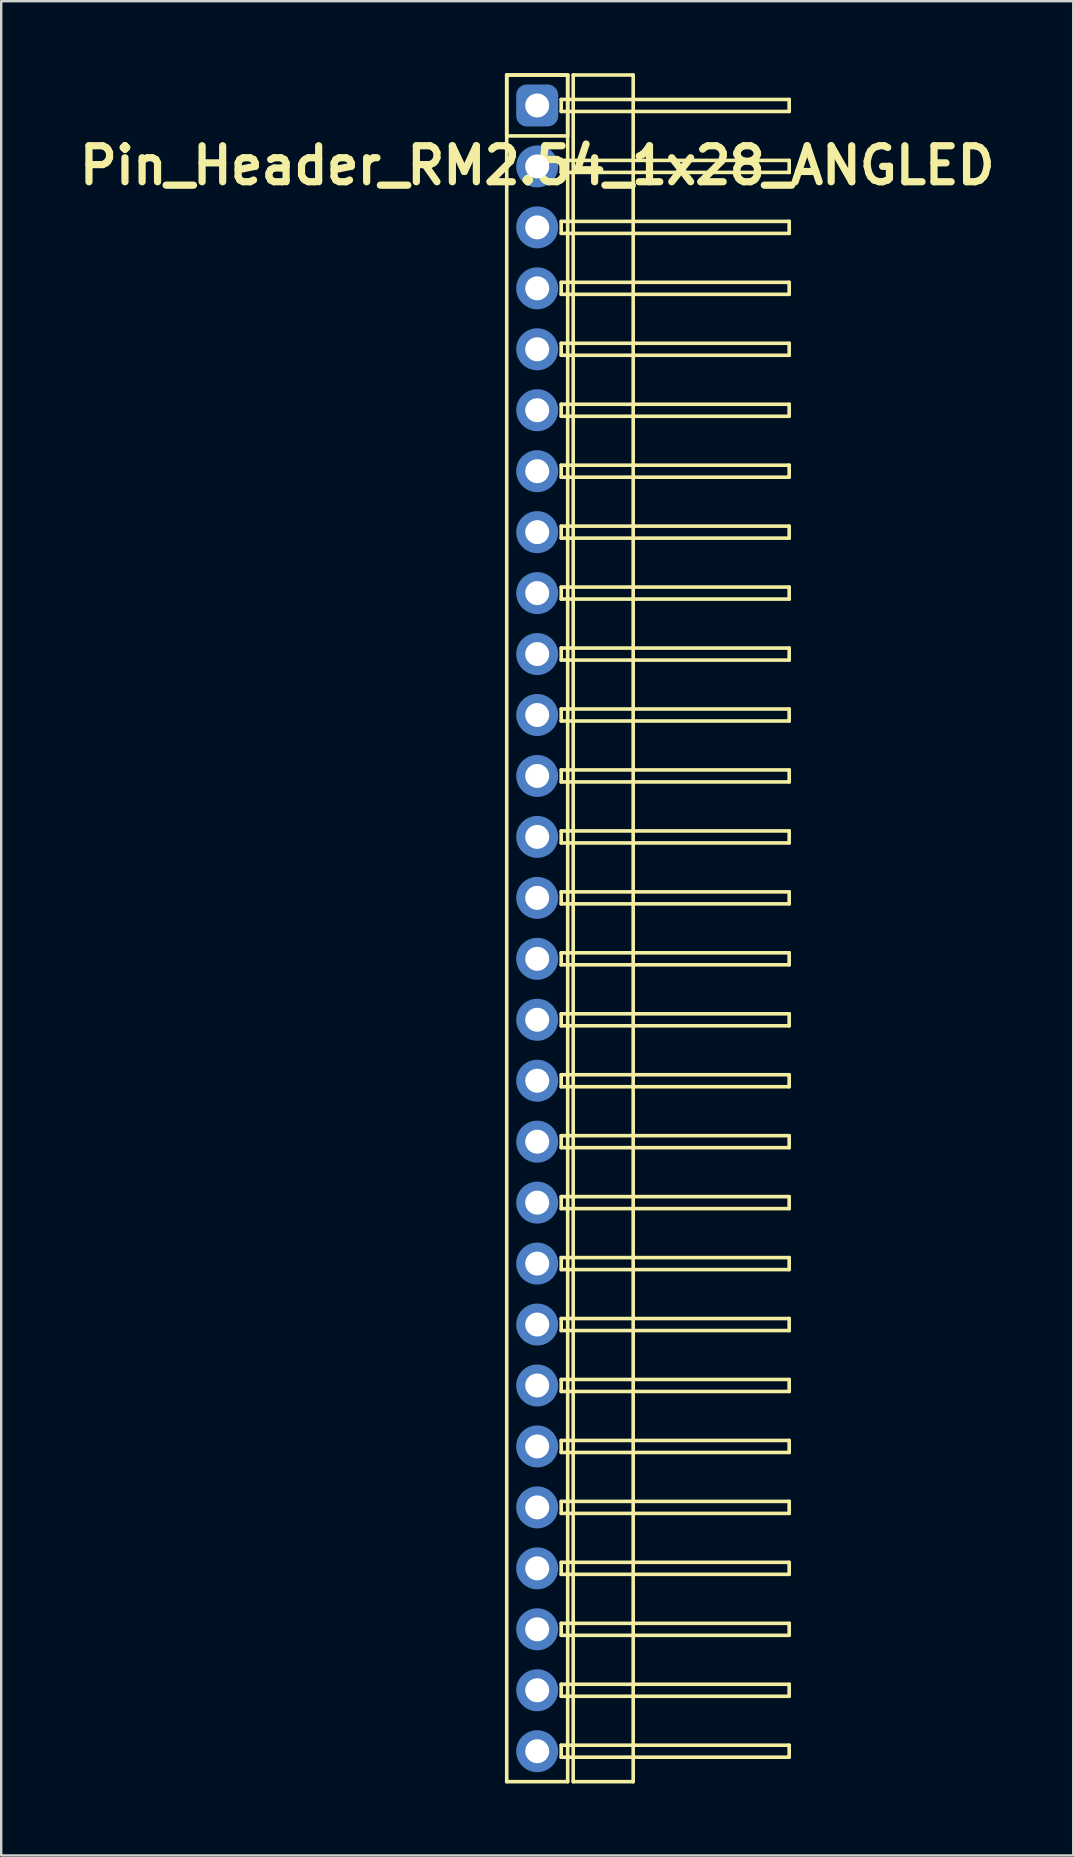
<source format=kicad_pcb>
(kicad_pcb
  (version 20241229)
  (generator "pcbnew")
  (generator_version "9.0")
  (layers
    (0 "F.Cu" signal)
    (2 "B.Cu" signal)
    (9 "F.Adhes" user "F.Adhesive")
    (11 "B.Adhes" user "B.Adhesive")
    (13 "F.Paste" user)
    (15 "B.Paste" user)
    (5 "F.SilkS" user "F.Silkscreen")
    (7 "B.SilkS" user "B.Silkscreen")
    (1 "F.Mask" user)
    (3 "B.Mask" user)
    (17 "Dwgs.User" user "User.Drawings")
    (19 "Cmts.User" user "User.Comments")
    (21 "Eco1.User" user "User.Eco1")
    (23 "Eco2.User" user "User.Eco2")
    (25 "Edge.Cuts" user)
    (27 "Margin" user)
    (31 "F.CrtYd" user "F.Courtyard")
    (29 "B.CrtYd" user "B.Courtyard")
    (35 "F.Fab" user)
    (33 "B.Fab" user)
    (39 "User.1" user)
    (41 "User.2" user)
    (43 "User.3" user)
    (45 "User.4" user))
  (footprint "Pin_Header_RM2.54_1x28_ANGLED"
    (layer "F.Cu")
    (at 19.336 1.345)
    (property "Reference" "Pin_Header_RM2.54_1x28_ANGLED" (at 0 2.5 0) (layer "F.SilkS") (effects (font (size 1.5 1.5) (thickness 0.3))))
    (attr through_hole)
    (fp_line (start -1.27 -1.27) (end 1.27 -1.27) (stroke (width 0.15) (type solid)) (layer "F.SilkS"))
    (fp_line (start -1.27 -1.27) (end 1.27 -1.27) (stroke (width 0.15) (type solid)) (layer "F.SilkS"))
    (fp_line (start -1.27 1.27) (end -1.27 -1.27) (stroke (width 0.15) (type solid)) (layer "F.SilkS"))
    (fp_line (start -1.27 69.85) (end -1.27 -1.27) (stroke (width 0.15) (type solid)) (layer "F.SilkS"))
    (fp_line (start 1 -0.25) (end 10.5 -0.25) (stroke (width 0.15) (type solid)) (layer "F.SilkS"))
    (fp_line (start 1 0.25) (end 1 -0.25) (stroke (width 0.15) (type solid)) (layer "F.SilkS"))
    (fp_line (start 1 2.29) (end 10.5 2.29) (stroke (width 0.15) (type solid)) (layer "F.SilkS"))
    (fp_line (start 1 2.79) (end 1 2.29) (stroke (width 0.15) (type solid)) (layer "F.SilkS"))
    (fp_line (start 1 4.83) (end 10.5 4.83) (stroke (width 0.15) (type solid)) (layer "F.SilkS"))
    (fp_line (start 1 5.33) (end 1 4.83) (stroke (width 0.15) (type solid)) (layer "F.SilkS"))
    (fp_line (start 1 7.37) (end 10.5 7.37) (stroke (width 0.15) (type solid)) (layer "F.SilkS"))
    (fp_line (start 1 7.87) (end 1 7.37) (stroke (width 0.15) (type solid)) (layer "F.SilkS"))
    (fp_line (start 1 9.91) (end 10.5 9.91) (stroke (width 0.15) (type solid)) (layer "F.SilkS"))
    (fp_line (start 1 10.41) (end 1 9.91) (stroke (width 0.15) (type solid)) (layer "F.SilkS"))
    (fp_line (start 1 12.45) (end 10.5 12.45) (stroke (width 0.15) (type solid)) (layer "F.SilkS"))
    (fp_line (start 1 12.95) (end 1 12.45) (stroke (width 0.15) (type solid)) (layer "F.SilkS"))
    (fp_line (start 1 14.99) (end 10.5 14.99) (stroke (width 0.15) (type solid)) (layer "F.SilkS"))
    (fp_line (start 1 15.49) (end 1 14.99) (stroke (width 0.15) (type solid)) (layer "F.SilkS"))
    (fp_line (start 1 17.53) (end 10.5 17.53) (stroke (width 0.15) (type solid)) (layer "F.SilkS"))
    (fp_line (start 1 18.03) (end 1 17.53) (stroke (width 0.15) (type solid)) (layer "F.SilkS"))
    (fp_line (start 1 20.07) (end 10.5 20.07) (stroke (width 0.15) (type solid)) (layer "F.SilkS"))
    (fp_line (start 1 20.57) (end 1 20.07) (stroke (width 0.15) (type solid)) (layer "F.SilkS"))
    (fp_line (start 1 22.61) (end 10.5 22.61) (stroke (width 0.15) (type solid)) (layer "F.SilkS"))
    (fp_line (start 1 23.11) (end 1 22.61) (stroke (width 0.15) (type solid)) (layer "F.SilkS"))
    (fp_line (start 1 25.15) (end 10.5 25.15) (stroke (width 0.15) (type solid)) (layer "F.SilkS"))
    (fp_line (start 1 25.65) (end 1 25.15) (stroke (width 0.15) (type solid)) (layer "F.SilkS"))
    (fp_line (start 1 27.69) (end 10.5 27.69) (stroke (width 0.15) (type solid)) (layer "F.SilkS"))
    (fp_line (start 1 28.19) (end 1 27.69) (stroke (width 0.15) (type solid)) (layer "F.SilkS"))
    (fp_line (start 1 30.23) (end 10.5 30.23) (stroke (width 0.15) (type solid)) (layer "F.SilkS"))
    (fp_line (start 1 30.73) (end 1 30.23) (stroke (width 0.15) (type solid)) (layer "F.SilkS"))
    (fp_line (start 1 32.77) (end 10.5 32.77) (stroke (width 0.15) (type solid)) (layer "F.SilkS"))
    (fp_line (start 1 33.27) (end 1 32.77) (stroke (width 0.15) (type solid)) (layer "F.SilkS"))
    (fp_line (start 1 35.31) (end 10.5 35.31) (stroke (width 0.15) (type solid)) (layer "F.SilkS"))
    (fp_line (start 1 35.81) (end 1 35.31) (stroke (width 0.15) (type solid)) (layer "F.SilkS"))
    (fp_line (start 1 37.85) (end 10.5 37.85) (stroke (width 0.15) (type solid)) (layer "F.SilkS"))
    (fp_line (start 1 38.35) (end 1 37.85) (stroke (width 0.15) (type solid)) (layer "F.SilkS"))
    (fp_line (start 1 40.39) (end 10.5 40.39) (stroke (width 0.15) (type solid)) (layer "F.SilkS"))
    (fp_line (start 1 40.89) (end 1 40.39) (stroke (width 0.15) (type solid)) (layer "F.SilkS"))
    (fp_line (start 1 42.93) (end 10.5 42.93) (stroke (width 0.15) (type solid)) (layer "F.SilkS"))
    (fp_line (start 1 43.43) (end 1 42.93) (stroke (width 0.15) (type solid)) (layer "F.SilkS"))
    (fp_line (start 1 45.47) (end 10.5 45.47) (stroke (width 0.15) (type solid)) (layer "F.SilkS"))
    (fp_line (start 1 45.97) (end 1 45.47) (stroke (width 0.15) (type solid)) (layer "F.SilkS"))
    (fp_line (start 1 48.01) (end 10.5 48.01) (stroke (width 0.15) (type solid)) (layer "F.SilkS"))
    (fp_line (start 1 48.51) (end 1 48.01) (stroke (width 0.15) (type solid)) (layer "F.SilkS"))
    (fp_line (start 1 50.55) (end 10.5 50.55) (stroke (width 0.15) (type solid)) (layer "F.SilkS"))
    (fp_line (start 1 51.05) (end 1 50.55) (stroke (width 0.15) (type solid)) (layer "F.SilkS"))
    (fp_line (start 1 53.09) (end 10.5 53.09) (stroke (width 0.15) (type solid)) (layer "F.SilkS"))
    (fp_line (start 1 53.59) (end 1 53.09) (stroke (width 0.15) (type solid)) (layer "F.SilkS"))
    (fp_line (start 1 55.63) (end 10.5 55.63) (stroke (width 0.15) (type solid)) (layer "F.SilkS"))
    (fp_line (start 1 56.13) (end 1 55.63) (stroke (width 0.15) (type solid)) (layer "F.SilkS"))
    (fp_line (start 1 58.17) (end 10.5 58.17) (stroke (width 0.15) (type solid)) (layer "F.SilkS"))
    (fp_line (start 1 58.67) (end 1 58.17) (stroke (width 0.15) (type solid)) (layer "F.SilkS"))
    (fp_line (start 1 60.71) (end 10.5 60.71) (stroke (width 0.15) (type solid)) (layer "F.SilkS"))
    (fp_line (start 1 61.21) (end 1 60.71) (stroke (width 0.15) (type solid)) (layer "F.SilkS"))
    (fp_line (start 1 63.25) (end 10.5 63.25) (stroke (width 0.15) (type solid)) (layer "F.SilkS"))
    (fp_line (start 1 63.75) (end 1 63.25) (stroke (width 0.15) (type solid)) (layer "F.SilkS"))
    (fp_line (start 1 65.79) (end 10.5 65.79) (stroke (width 0.15) (type solid)) (layer "F.SilkS"))
    (fp_line (start 1 66.29) (end 1 65.79) (stroke (width 0.15) (type solid)) (layer "F.SilkS"))
    (fp_line (start 1 68.33) (end 10.5 68.33) (stroke (width 0.15) (type solid)) (layer "F.SilkS"))
    (fp_line (start 1 68.83) (end 1 68.33) (stroke (width 0.15) (type solid)) (layer "F.SilkS"))
    (fp_line (start 1.27 -1.27) (end 1.27 1.27) (stroke (width 0.15) (type solid)) (layer "F.SilkS"))
    (fp_line (start 1.27 -1.27) (end 1.27 69.85) (stroke (width 0.15) (type solid)) (layer "F.SilkS"))
    (fp_line (start 1.27 1.27) (end -1.27 1.27) (stroke (width 0.15) (type solid)) (layer "F.SilkS"))
    (fp_line (start 1.27 69.85) (end -1.27 69.85) (stroke (width 0.15) (type solid)) (layer "F.SilkS"))
    (fp_line (start 1.5 -1.27) (end 4 -1.27) (stroke (width 0.15) (type solid)) (layer "F.SilkS"))
    (fp_line (start 1.5 69.85) (end 1.5 -1.27) (stroke (width 0.15) (type solid)) (layer "F.SilkS"))
    (fp_line (start 4 -1.27) (end 4 69.85) (stroke (width 0.15) (type solid)) (layer "F.SilkS"))
    (fp_line (start 4 69.85) (end 1.5 69.85) (stroke (width 0.15) (type solid)) (layer "F.SilkS"))
    (fp_line (start 10.5 -0.25) (end 10.5 0.25) (stroke (width 0.15) (type solid)) (layer "F.SilkS"))
    (fp_line (start 10.5 0.25) (end 1 0.25) (stroke (width 0.15) (type solid)) (layer "F.SilkS"))
    (fp_line (start 10.5 2.29) (end 10.5 2.79) (stroke (width 0.15) (type solid)) (layer "F.SilkS"))
    (fp_line (start 10.5 2.79) (end 1 2.79) (stroke (width 0.15) (type solid)) (layer "F.SilkS"))
    (fp_line (start 10.5 4.83) (end 10.5 5.33) (stroke (width 0.15) (type solid)) (layer "F.SilkS"))
    (fp_line (start 10.5 5.33) (end 1 5.33) (stroke (width 0.15) (type solid)) (layer "F.SilkS"))
    (fp_line (start 10.5 7.37) (end 10.5 7.87) (stroke (width 0.15) (type solid)) (layer "F.SilkS"))
    (fp_line (start 10.5 7.87) (end 1 7.87) (stroke (width 0.15) (type solid)) (layer "F.SilkS"))
    (fp_line (start 10.5 9.91) (end 10.5 10.41) (stroke (width 0.15) (type solid)) (layer "F.SilkS"))
    (fp_line (start 10.5 10.41) (end 1 10.41) (stroke (width 0.15) (type solid)) (layer "F.SilkS"))
    (fp_line (start 10.5 12.45) (end 10.5 12.95) (stroke (width 0.15) (type solid)) (layer "F.SilkS"))
    (fp_line (start 10.5 12.95) (end 1 12.95) (stroke (width 0.15) (type solid)) (layer "F.SilkS"))
    (fp_line (start 10.5 14.99) (end 10.5 15.49) (stroke (width 0.15) (type solid)) (layer "F.SilkS"))
    (fp_line (start 10.5 15.49) (end 1 15.49) (stroke (width 0.15) (type solid)) (layer "F.SilkS"))
    (fp_line (start 10.5 17.53) (end 10.5 18.03) (stroke (width 0.15) (type solid)) (layer "F.SilkS"))
    (fp_line (start 10.5 18.03) (end 1 18.03) (stroke (width 0.15) (type solid)) (layer "F.SilkS"))
    (fp_line (start 10.5 20.07) (end 10.5 20.57) (stroke (width 0.15) (type solid)) (layer "F.SilkS"))
    (fp_line (start 10.5 20.57) (end 1 20.57) (stroke (width 0.15) (type solid)) (layer "F.SilkS"))
    (fp_line (start 10.5 22.61) (end 10.5 23.11) (stroke (width 0.15) (type solid)) (layer "F.SilkS"))
    (fp_line (start 10.5 23.11) (end 1 23.11) (stroke (width 0.15) (type solid)) (layer "F.SilkS"))
    (fp_line (start 10.5 25.15) (end 10.5 25.65) (stroke (width 0.15) (type solid)) (layer "F.SilkS"))
    (fp_line (start 10.5 25.65) (end 1 25.65) (stroke (width 0.15) (type solid)) (layer "F.SilkS"))
    (fp_line (start 10.5 27.69) (end 10.5 28.19) (stroke (width 0.15) (type solid)) (layer "F.SilkS"))
    (fp_line (start 10.5 28.19) (end 1 28.19) (stroke (width 0.15) (type solid)) (layer "F.SilkS"))
    (fp_line (start 10.5 30.23) (end 10.5 30.73) (stroke (width 0.15) (type solid)) (layer "F.SilkS"))
    (fp_line (start 10.5 30.73) (end 1 30.73) (stroke (width 0.15) (type solid)) (layer "F.SilkS"))
    (fp_line (start 10.5 32.77) (end 10.5 33.27) (stroke (width 0.15) (type solid)) (layer "F.SilkS"))
    (fp_line (start 10.5 33.27) (end 1 33.27) (stroke (width 0.15) (type solid)) (layer "F.SilkS"))
    (fp_line (start 10.5 35.31) (end 10.5 35.81) (stroke (width 0.15) (type solid)) (layer "F.SilkS"))
    (fp_line (start 10.5 35.81) (end 1 35.81) (stroke (width 0.15) (type solid)) (layer "F.SilkS"))
    (fp_line (start 10.5 37.85) (end 10.5 38.35) (stroke (width 0.15) (type solid)) (layer "F.SilkS"))
    (fp_line (start 10.5 38.35) (end 1 38.35) (stroke (width 0.15) (type solid)) (layer "F.SilkS"))
    (fp_line (start 10.5 40.39) (end 10.5 40.89) (stroke (width 0.15) (type solid)) (layer "F.SilkS"))
    (fp_line (start 10.5 40.89) (end 1 40.89) (stroke (width 0.15) (type solid)) (layer "F.SilkS"))
    (fp_line (start 10.5 42.93) (end 10.5 43.43) (stroke (width 0.15) (type solid)) (layer "F.SilkS"))
    (fp_line (start 10.5 43.43) (end 1 43.43) (stroke (width 0.15) (type solid)) (layer "F.SilkS"))
    (fp_line (start 10.5 45.47) (end 10.5 45.97) (stroke (width 0.15) (type solid)) (layer "F.SilkS"))
    (fp_line (start 10.5 45.97) (end 1 45.97) (stroke (width 0.15) (type solid)) (layer "F.SilkS"))
    (fp_line (start 10.5 48.01) (end 10.5 48.51) (stroke (width 0.15) (type solid)) (layer "F.SilkS"))
    (fp_line (start 10.5 48.51) (end 1 48.51) (stroke (width 0.15) (type solid)) (layer "F.SilkS"))
    (fp_line (start 10.5 50.55) (end 10.5 51.05) (stroke (width 0.15) (type solid)) (layer "F.SilkS"))
    (fp_line (start 10.5 51.05) (end 1 51.05) (stroke (width 0.15) (type solid)) (layer "F.SilkS"))
    (fp_line (start 10.5 53.09) (end 10.5 53.59) (stroke (width 0.15) (type solid)) (layer "F.SilkS"))
    (fp_line (start 10.5 53.59) (end 1 53.59) (stroke (width 0.15) (type solid)) (layer "F.SilkS"))
    (fp_line (start 10.5 55.63) (end 10.5 56.13) (stroke (width 0.15) (type solid)) (layer "F.SilkS"))
    (fp_line (start 10.5 56.13) (end 1 56.13) (stroke (width 0.15) (type solid)) (layer "F.SilkS"))
    (fp_line (start 10.5 58.17) (end 10.5 58.67) (stroke (width 0.15) (type solid)) (layer "F.SilkS"))
    (fp_line (start 10.5 58.67) (end 1 58.67) (stroke (width 0.15) (type solid)) (layer "F.SilkS"))
    (fp_line (start 10.5 60.71) (end 10.5 61.21) (stroke (width 0.15) (type solid)) (layer "F.SilkS"))
    (fp_line (start 10.5 61.21) (end 1 61.21) (stroke (width 0.15) (type solid)) (layer "F.SilkS"))
    (fp_line (start 10.5 63.25) (end 10.5 63.75) (stroke (width 0.15) (type solid)) (layer "F.SilkS"))
    (fp_line (start 10.5 63.75) (end 1 63.75) (stroke (width 0.15) (type solid)) (layer "F.SilkS"))
    (fp_line (start 10.5 65.79) (end 10.5 66.29) (stroke (width 0.15) (type solid)) (layer "F.SilkS"))
    (fp_line (start 10.5 66.29) (end 1 66.29) (stroke (width 0.15) (type solid)) (layer "F.SilkS"))
    (fp_line (start 10.5 68.33) (end 10.5 68.83) (stroke (width 0.15) (type solid)) (layer "F.SilkS"))
    (fp_line (start 10.5 68.83) (end 1 68.83) (stroke (width 0.15) (type solid)) (layer "F.SilkS"))
    (pad "1" thru_hole circle (at 0 0) (size 1.3 1.3) (drill 1) (layers "*.Cu" "*.Mask"))
    (pad "1" smd roundrect (at 0 0) (size 1.5 1.5) (layers "F.Cu" "F.Mask") (roundrect_rratio 0.25))
    (pad "1" smd roundrect (at 0 0) (size 1.75 1.75) (layers "B.Cu" "B.Mask") (roundrect_rratio 0.25))
    (pad "2" thru_hole circle (at 0 2.54) (size 1.3 1.3) (drill 1) (layers "*.Cu" "*.Mask"))
    (pad "2" smd circle (at 0 2.54) (size 1.5 1.5) (layers "F.Cu" "F.Mask"))
    (pad "2" smd circle (at 0 2.54) (size 1.75 1.75) (layers "B.Cu" "B.Mask"))
    (pad "3" thru_hole circle (at 0 5.08) (size 1.3 1.3) (drill 1) (layers "*.Cu" "*.Mask"))
    (pad "3" smd circle (at 0 5.08) (size 1.5 1.5) (layers "F.Cu" "F.Mask"))
    (pad "3" smd circle (at 0 5.08) (size 1.75 1.75) (layers "B.Cu" "B.Mask"))
    (pad "4" thru_hole circle (at 0 7.62) (size 1.3 1.3) (drill 1) (layers "*.Cu" "*.Mask"))
    (pad "4" smd circle (at 0 7.62) (size 1.5 1.5) (layers "F.Cu" "F.Mask"))
    (pad "4" smd circle (at 0 7.62) (size 1.75 1.75) (layers "B.Cu" "B.Mask"))
    (pad "5" thru_hole circle (at 0 10.16) (size 1.3 1.3) (drill 1) (layers "*.Cu" "*.Mask"))
    (pad "5" smd circle (at 0 10.16) (size 1.5 1.5) (layers "F.Cu" "F.Mask"))
    (pad "5" smd circle (at 0 10.16) (size 1.75 1.75) (layers "B.Cu" "B.Mask"))
    (pad "6" thru_hole circle (at 0 12.7) (size 1.3 1.3) (drill 1) (layers "*.Cu" "*.Mask"))
    (pad "6" smd circle (at 0 12.7) (size 1.5 1.5) (layers "F.Cu" "F.Mask"))
    (pad "6" smd circle (at 0 12.7) (size 1.75 1.75) (layers "B.Cu" "B.Mask"))
    (pad "7" thru_hole circle (at 0 15.24) (size 1.3 1.3) (drill 1) (layers "*.Cu" "*.Mask"))
    (pad "7" smd circle (at 0 15.24) (size 1.5 1.5) (layers "F.Cu" "F.Mask"))
    (pad "7" smd circle (at 0 15.24) (size 1.75 1.75) (layers "B.Cu" "B.Mask"))
    (pad "8" thru_hole circle (at 0 17.78) (size 1.3 1.3) (drill 1) (layers "*.Cu" "*.Mask"))
    (pad "8" smd circle (at 0 17.78) (size 1.5 1.5) (layers "F.Cu" "F.Mask"))
    (pad "8" smd circle (at 0 17.78) (size 1.75 1.75) (layers "B.Cu" "B.Mask"))
    (pad "9" thru_hole circle (at 0 20.32) (size 1.3 1.3) (drill 1) (layers "*.Cu" "*.Mask"))
    (pad "9" smd circle (at 0 20.32) (size 1.5 1.5) (layers "F.Cu" "F.Mask"))
    (pad "9" smd circle (at 0 20.32) (size 1.75 1.75) (layers "B.Cu" "B.Mask"))
    (pad "10" thru_hole circle (at 0 22.86) (size 1.3 1.3) (drill 1) (layers "*.Cu" "*.Mask"))
    (pad "10" smd circle (at 0 22.86) (size 1.5 1.5) (layers "F.Cu" "F.Mask"))
    (pad "10" smd circle (at 0 22.86) (size 1.75 1.75) (layers "B.Cu" "B.Mask"))
    (pad "11" thru_hole circle (at 0 25.4) (size 1.3 1.3) (drill 1) (layers "*.Cu" "*.Mask"))
    (pad "11" smd circle (at 0 25.4) (size 1.5 1.5) (layers "F.Cu" "F.Mask"))
    (pad "11" smd circle (at 0 25.4) (size 1.75 1.75) (layers "B.Cu" "B.Mask"))
    (pad "12" thru_hole circle (at 0 27.94) (size 1.3 1.3) (drill 1) (layers "*.Cu" "*.Mask"))
    (pad "12" smd circle (at 0 27.94) (size 1.5 1.5) (layers "F.Cu" "F.Mask"))
    (pad "12" smd circle (at 0 27.94) (size 1.75 1.75) (layers "B.Cu" "B.Mask"))
    (pad "13" thru_hole circle (at 0 30.48) (size 1.3 1.3) (drill 1) (layers "*.Cu" "*.Mask"))
    (pad "13" smd circle (at 0 30.48) (size 1.5 1.5) (layers "F.Cu" "F.Mask"))
    (pad "13" smd circle (at 0 30.48) (size 1.75 1.75) (layers "B.Cu" "B.Mask"))
    (pad "14" thru_hole circle (at 0 33.02) (size 1.3 1.3) (drill 1) (layers "*.Cu" "*.Mask"))
    (pad "14" smd circle (at 0 33.02) (size 1.5 1.5) (layers "F.Cu" "F.Mask"))
    (pad "14" smd circle (at 0 33.02) (size 1.75 1.75) (layers "B.Cu" "B.Mask"))
    (pad "15" thru_hole circle (at 0 35.56) (size 1.3 1.3) (drill 1) (layers "*.Cu" "*.Mask"))
    (pad "15" smd circle (at 0 35.56) (size 1.5 1.5) (layers "F.Cu" "F.Mask"))
    (pad "15" smd circle (at 0 35.56) (size 1.75 1.75) (layers "B.Cu" "B.Mask"))
    (pad "16" thru_hole circle (at 0 38.1) (size 1.3 1.3) (drill 1) (layers "*.Cu" "*.Mask"))
    (pad "16" smd circle (at 0 38.1) (size 1.5 1.5) (layers "F.Cu" "F.Mask"))
    (pad "16" smd circle (at 0 38.1) (size 1.75 1.75) (layers "B.Cu" "B.Mask"))
    (pad "17" thru_hole circle (at 0 40.64) (size 1.3 1.3) (drill 1) (layers "*.Cu" "*.Mask"))
    (pad "17" smd circle (at 0 40.64) (size 1.5 1.5) (layers "F.Cu" "F.Mask"))
    (pad "17" smd circle (at 0 40.64) (size 1.75 1.75) (layers "B.Cu" "B.Mask"))
    (pad "18" thru_hole circle (at 0 43.18) (size 1.3 1.3) (drill 1) (layers "*.Cu" "*.Mask"))
    (pad "18" smd circle (at 0 43.18) (size 1.5 1.5) (layers "F.Cu" "F.Mask"))
    (pad "18" smd circle (at 0 43.18) (size 1.75 1.75) (layers "B.Cu" "B.Mask"))
    (pad "19" thru_hole circle (at 0 45.72) (size 1.3 1.3) (drill 1) (layers "*.Cu" "*.Mask"))
    (pad "19" smd circle (at 0 45.72) (size 1.5 1.5) (layers "F.Cu" "F.Mask"))
    (pad "19" smd circle (at 0 45.72) (size 1.75 1.75) (layers "B.Cu" "B.Mask"))
    (pad "20" thru_hole circle (at 0 48.26) (size 1.3 1.3) (drill 1) (layers "*.Cu" "*.Mask"))
    (pad "20" smd circle (at 0 48.26) (size 1.5 1.5) (layers "F.Cu" "F.Mask"))
    (pad "20" smd circle (at 0 48.26) (size 1.75 1.75) (layers "B.Cu" "B.Mask"))
    (pad "21" thru_hole circle (at 0 50.8) (size 1.3 1.3) (drill 1) (layers "*.Cu" "*.Mask"))
    (pad "21" smd circle (at 0 50.8) (size 1.5 1.5) (layers "F.Cu" "F.Mask"))
    (pad "21" smd circle (at 0 50.8) (size 1.75 1.75) (layers "B.Cu" "B.Mask"))
    (pad "22" thru_hole circle (at 0 53.34) (size 1.3 1.3) (drill 1) (layers "*.Cu" "*.Mask"))
    (pad "22" smd circle (at 0 53.34) (size 1.5 1.5) (layers "F.Cu" "F.Mask"))
    (pad "22" smd circle (at 0 53.34) (size 1.75 1.75) (layers "B.Cu" "B.Mask"))
    (pad "23" thru_hole circle (at 0 55.88) (size 1.3 1.3) (drill 1) (layers "*.Cu" "*.Mask"))
    (pad "23" smd circle (at 0 55.88) (size 1.5 1.5) (layers "F.Cu" "F.Mask"))
    (pad "23" smd circle (at 0 55.88) (size 1.75 1.75) (layers "B.Cu" "B.Mask"))
    (pad "24" thru_hole circle (at 0 58.42) (size 1.3 1.3) (drill 1) (layers "*.Cu" "*.Mask"))
    (pad "24" smd circle (at 0 58.42) (size 1.5 1.5) (layers "F.Cu" "F.Mask"))
    (pad "24" smd circle (at 0 58.42) (size 1.75 1.75) (layers "B.Cu" "B.Mask"))
    (pad "25" thru_hole circle (at 0 60.96) (size 1.3 1.3) (drill 1) (layers "*.Cu" "*.Mask"))
    (pad "25" smd circle (at 0 60.96) (size 1.5 1.5) (layers "F.Cu" "F.Mask"))
    (pad "25" smd circle (at 0 60.96) (size 1.75 1.75) (layers "B.Cu" "B.Mask"))
    (pad "26" thru_hole circle (at 0 63.5) (size 1.3 1.3) (drill 1) (layers "*.Cu" "*.Mask"))
    (pad "26" smd circle (at 0 63.5) (size 1.5 1.5) (layers "F.Cu" "F.Mask"))
    (pad "26" smd circle (at 0 63.5) (size 1.75 1.75) (layers "B.Cu" "B.Mask"))
    (pad "27" thru_hole circle (at 0 66.04) (size 1.3 1.3) (drill 1) (layers "*.Cu" "*.Mask"))
    (pad "27" smd circle (at 0 66.04) (size 1.5 1.5) (layers "F.Cu" "F.Mask"))
    (pad "27" smd circle (at 0 66.04) (size 1.75 1.75) (layers "B.Cu" "B.Mask"))
    (pad "28" thru_hole circle (at 0 68.58) (size 1.3 1.3) (drill 1) (layers "*.Cu" "*.Mask"))
    (pad "28" smd circle (at 0 68.58) (size 1.5 1.5) (layers "F.Cu" "F.Mask"))
    (pad "28" smd circle (at 0 68.58) (size 1.75 1.75) (layers "B.Cu" "B.Mask")))
  (gr_rect
    (start -3 -3)
    (end 41.671 74.27)
    (stroke (width 0.1) (type default))
    (fill no)
    (layer "Edge.Cuts")))
</source>
